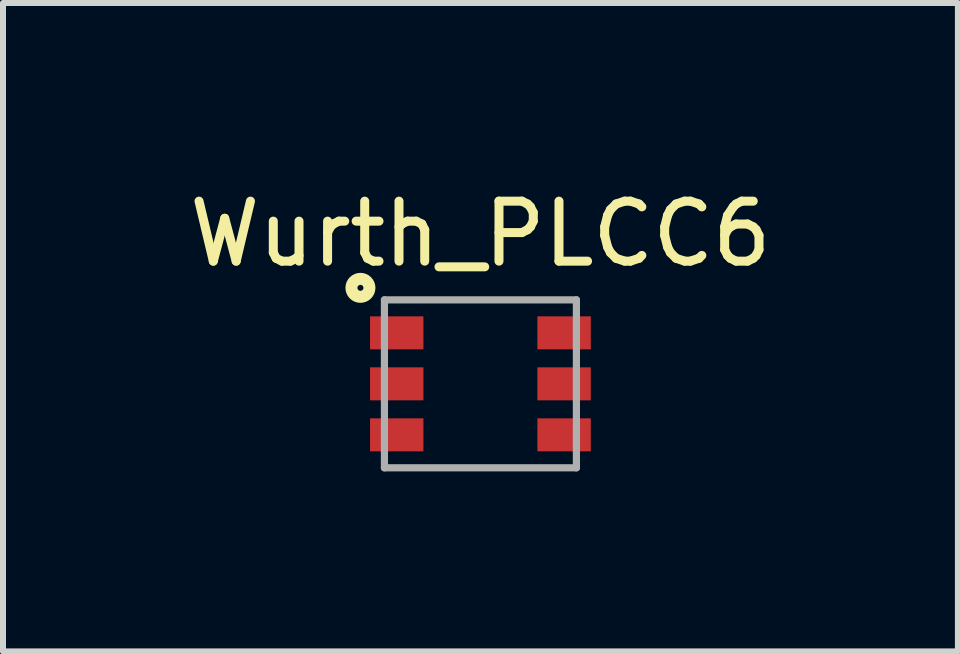
<source format=kicad_pcb>
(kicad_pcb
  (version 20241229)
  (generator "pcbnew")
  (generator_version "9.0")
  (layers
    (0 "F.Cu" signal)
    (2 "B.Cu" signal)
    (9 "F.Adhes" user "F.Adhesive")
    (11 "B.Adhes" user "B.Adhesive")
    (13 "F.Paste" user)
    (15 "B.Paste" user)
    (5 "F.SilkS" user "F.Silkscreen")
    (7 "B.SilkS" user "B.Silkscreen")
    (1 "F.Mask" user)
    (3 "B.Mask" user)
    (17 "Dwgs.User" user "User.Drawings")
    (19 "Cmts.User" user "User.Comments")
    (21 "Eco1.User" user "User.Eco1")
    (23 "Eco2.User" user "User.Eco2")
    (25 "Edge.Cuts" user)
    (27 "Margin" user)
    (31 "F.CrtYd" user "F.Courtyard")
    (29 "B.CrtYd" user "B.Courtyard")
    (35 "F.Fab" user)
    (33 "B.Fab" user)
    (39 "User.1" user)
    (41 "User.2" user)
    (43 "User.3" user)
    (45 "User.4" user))
  (footprint "Wurth_PLCC6"
    (layer "F.Cu")
    (at 4.958 3.348)
    (property "Reference" "Wurth_PLCC6" (at 0 -2.5 0) (layer "F.SilkS") (effects (font (size 1 1) (thickness 0.15))))
    (attr through_hole)
    (fp_circle (center -2 -1.6) (end -1.95 -1.6) (stroke (width 0.2) (type solid)) (fill no) (layer "F.SilkS"))
    (fp_line (start -1.6 -1.4) (end 1.6 -1.4) (stroke (width 0.12) (type solid)) (layer "F.Fab"))
    (fp_line (start -1.6 1.4) (end -1.6 -1.4) (stroke (width 0.12) (type solid)) (layer "F.Fab"))
    (fp_line (start 1.6 -1.4) (end 1.6 1.4) (stroke (width 0.12) (type solid)) (layer "F.Fab"))
    (fp_line (start 1.6 1.4) (end -1.6 1.4) (stroke (width 0.12) (type solid)) (layer "F.Fab"))
    (pad "1" smd rect (at -1.395 -0.85) (size 0.89 0.55) (layers "F.Cu" "F.Mask" "F.Paste"))
    (pad "2" smd rect (at 1.395 -0.85) (size 0.89 0.55) (layers "F.Cu" "F.Mask" "F.Paste"))
    (pad "3" smd rect (at -1.395 0) (size 0.89 0.55) (layers "F.Cu" "F.Mask" "F.Paste"))
    (pad "4" smd rect (at 1.395 0) (size 0.89 0.55) (layers "F.Cu" "F.Mask" "F.Paste"))
    (pad "5" smd rect (at -1.395 0.85) (size 0.89 0.55) (layers "F.Cu" "F.Mask" "F.Paste"))
    (pad "6" smd rect (at 1.395 0.85) (size 0.89 0.55) (layers "F.Cu" "F.Mask" "F.Paste")))
  (gr_rect
    (start -3 -3)
    (end 12.917 7.808)
    (stroke (width 0.1) (type default))
    (fill no)
    (layer "Edge.Cuts")))
</source>
